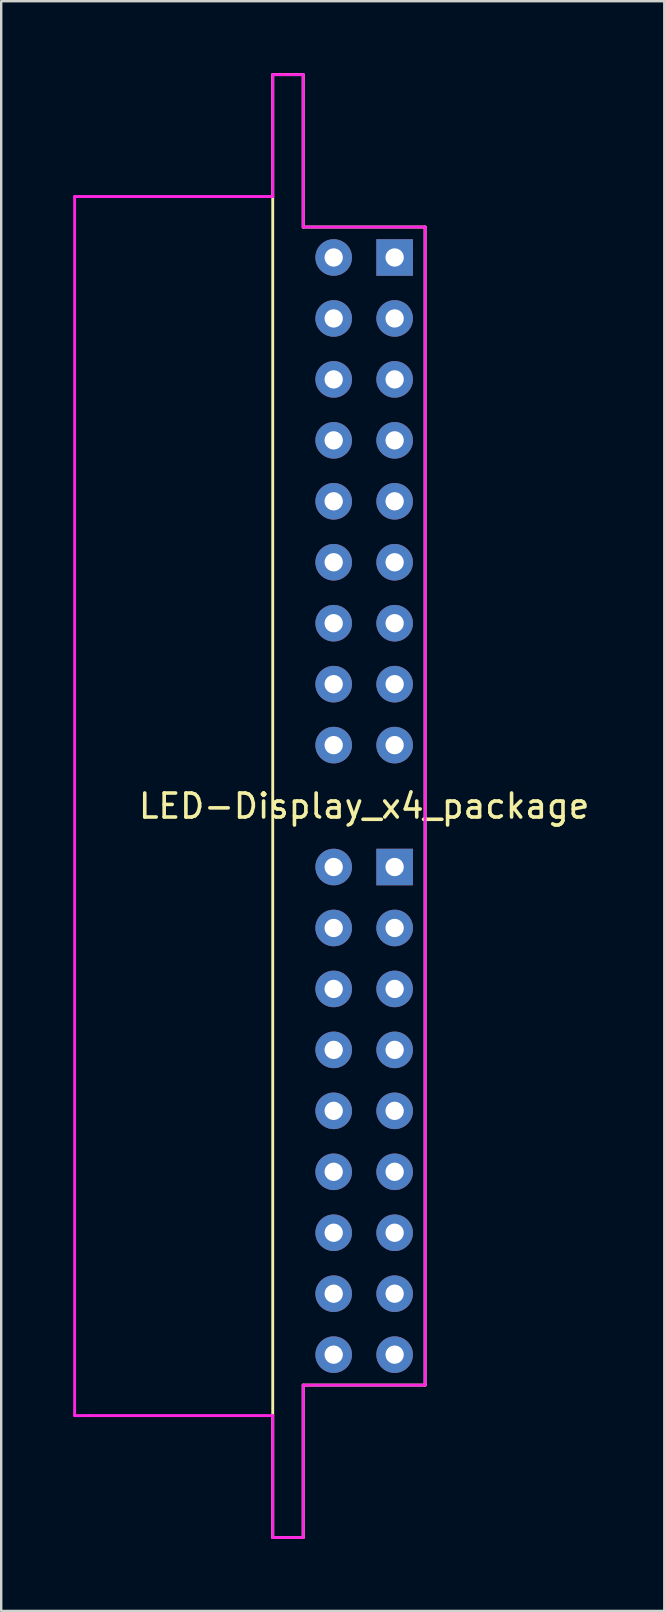
<source format=kicad_pcb>
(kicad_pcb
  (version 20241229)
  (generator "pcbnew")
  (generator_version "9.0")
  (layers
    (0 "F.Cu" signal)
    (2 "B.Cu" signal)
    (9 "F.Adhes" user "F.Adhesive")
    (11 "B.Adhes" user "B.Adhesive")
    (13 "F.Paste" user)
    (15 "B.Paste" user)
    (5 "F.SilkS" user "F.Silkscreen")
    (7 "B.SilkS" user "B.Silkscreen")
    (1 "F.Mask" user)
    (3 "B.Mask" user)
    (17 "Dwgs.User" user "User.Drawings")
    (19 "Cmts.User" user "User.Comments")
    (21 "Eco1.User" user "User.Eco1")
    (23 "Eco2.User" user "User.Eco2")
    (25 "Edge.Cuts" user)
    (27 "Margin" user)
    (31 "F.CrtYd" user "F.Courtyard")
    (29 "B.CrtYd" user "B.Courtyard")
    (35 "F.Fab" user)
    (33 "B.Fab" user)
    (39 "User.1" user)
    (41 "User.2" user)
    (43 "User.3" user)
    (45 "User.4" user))
  (footprint "LED-Display_x4_package"
    (layer "F.Cu")
    (at 13.395 7.68)
    (property "Reference" "LED-Display_x4_package" (at -1.27 22.86 0) (layer "F.SilkS") (effects (font (size 1 1) (thickness 0.15))))
    (attr through_hole)
    (fp_line (start -5.08 -7.62) (end -3.81 -7.62) (stroke (width 0.12) (type solid)) (layer "F.SilkS"))
    (fp_line (start -5.08 -2.54) (end -5.08 -7.62) (stroke (width 0.12) (type solid)) (layer "F.SilkS"))
    (fp_line (start -5.08 48.26) (end -5.08 -2.54) (stroke (width 0.12) (type solid)) (layer "F.SilkS"))
    (fp_line (start -5.08 53.34) (end -5.08 48.26) (stroke (width 0.12) (type solid)) (layer "F.SilkS"))
    (fp_line (start -3.81 -7.62) (end -3.81 -1.27) (stroke (width 0.12) (type solid)) (layer "F.SilkS"))
    (fp_line (start -3.81 -1.27) (end 1.27 -1.27) (stroke (width 0.12) (type solid)) (layer "F.SilkS"))
    (fp_line (start -3.81 46.99) (end -3.81 53.34) (stroke (width 0.12) (type solid)) (layer "F.SilkS"))
    (fp_line (start -3.81 53.34) (end -5.08 53.34) (stroke (width 0.12) (type solid)) (layer "F.SilkS"))
    (fp_line (start 1.27 -1.27) (end 1.27 46.99) (stroke (width 0.12) (type solid)) (layer "F.SilkS"))
    (fp_line (start 1.27 46.99) (end -3.81 46.99) (stroke (width 0.12) (type solid)) (layer "F.SilkS"))
    (fp_line (start -13.335 -2.54) (end -13.335 48.26) (stroke (width 0.12) (type solid)) (layer "F.CrtYd"))
    (fp_line (start -13.335 48.26) (end -12.7 48.26) (stroke (width 0.12) (type solid)) (layer "F.CrtYd"))
    (fp_line (start -12.7 -2.54) (end -13.335 -2.54) (stroke (width 0.12) (type solid)) (layer "F.CrtYd"))
    (fp_line (start -12.7 -2.54) (end -5.08 -2.54) (stroke (width 0.12) (type solid)) (layer "F.CrtYd"))
    (fp_line (start -5.08 -2.54) (end -5.08 -7.62) (stroke (width 0.12) (type solid)) (layer "F.CrtYd"))
    (fp_line (start -5.08 48.26) (end -12.7 48.26) (stroke (width 0.12) (type solid)) (layer "F.CrtYd"))
    (fp_line (start -5.08 53.34) (end -5.08 48.26) (stroke (width 0.12) (type solid)) (layer "F.CrtYd"))
    (fp_line (start -3.81 -7.62) (end -5.08 -7.62) (stroke (width 0.12) (type solid)) (layer "F.CrtYd"))
    (fp_line (start -3.81 -1.27) (end -3.81 -7.62) (stroke (width 0.12) (type solid)) (layer "F.CrtYd"))
    (fp_line (start -3.81 46.99) (end -3.81 53.34) (stroke (width 0.12) (type solid)) (layer "F.CrtYd"))
    (fp_line (start -3.81 53.34) (end -5.08 53.34) (stroke (width 0.12) (type solid)) (layer "F.CrtYd"))
    (fp_line (start 1.27 -1.27) (end -3.81 -1.27) (stroke (width 0.12) (type solid)) (layer "F.CrtYd"))
    (fp_line (start 1.27 -1.27) (end 1.27 46.99) (stroke (width 0.12) (type solid)) (layer "F.CrtYd"))
    (fp_line (start 1.27 46.99) (end -3.81 46.99) (stroke (width 0.12) (type solid)) (layer "F.CrtYd"))
    (pad "1" thru_hole rect (at 0 0) (size 1.524 1.524) (drill 0.762) (layers "*.Cu" "*.Mask"))
    (pad "2" thru_hole circle (at 0 2.54) (size 1.524 1.524) (drill 0.762) (layers "*.Cu" "*.Mask"))
    (pad "3" thru_hole circle (at 0 5.08) (size 1.524 1.524) (drill 0.762) (layers "*.Cu" "*.Mask"))
    (pad "4" thru_hole circle (at 0 7.62) (size 1.524 1.524) (drill 0.762) (layers "*.Cu" "*.Mask"))
    (pad "5" thru_hole circle (at 0 10.16) (size 1.524 1.524) (drill 0.762) (layers "*.Cu" "*.Mask"))
    (pad "6" thru_hole circle (at 0 12.7) (size 1.524 1.524) (drill 0.762) (layers "*.Cu" "*.Mask"))
    (pad "7" thru_hole circle (at 0 15.24) (size 1.524 1.524) (drill 0.762) (layers "*.Cu" "*.Mask"))
    (pad "8" thru_hole circle (at 0 17.78) (size 1.524 1.524) (drill 0.762) (layers "*.Cu" "*.Mask"))
    (pad "9" thru_hole circle (at 0 20.32) (size 1.524 1.524) (drill 0.762) (layers "*.Cu" "*.Mask"))
    (pad "10" thru_hole circle (at -2.54 20.32) (size 1.524 1.524) (drill 0.762) (layers "*.Cu" "*.Mask"))
    (pad "11" thru_hole circle (at -2.54 17.78) (size 1.524 1.524) (drill 0.762) (layers "*.Cu" "*.Mask"))
    (pad "12" thru_hole circle (at -2.54 15.24) (size 1.524 1.524) (drill 0.762) (layers "*.Cu" "*.Mask"))
    (pad "13" thru_hole circle (at -2.54 12.7) (size 1.524 1.524) (drill 0.762) (layers "*.Cu" "*.Mask"))
    (pad "14" thru_hole circle (at -2.54 10.16) (size 1.524 1.524) (drill 0.762) (layers "*.Cu" "*.Mask"))
    (pad "15" thru_hole circle (at -2.54 7.62) (size 1.524 1.524) (drill 0.762) (layers "*.Cu" "*.Mask"))
    (pad "16" thru_hole circle (at -2.54 5.08) (size 1.524 1.524) (drill 0.762) (layers "*.Cu" "*.Mask"))
    (pad "17" thru_hole circle (at -2.54 2.54) (size 1.524 1.524) (drill 0.762) (layers "*.Cu" "*.Mask"))
    (pad "18" thru_hole circle (at -2.54 0) (size 1.524 1.524) (drill 0.762) (layers "*.Cu" "*.Mask"))
    (pad "19" thru_hole rect (at 0 25.4) (size 1.524 1.524) (drill 0.762) (layers "*.Cu" "*.Mask"))
    (pad "20" thru_hole circle (at 0 27.94) (size 1.524 1.524) (drill 0.762) (layers "*.Cu" "*.Mask"))
    (pad "21" thru_hole circle (at 0 30.48) (size 1.524 1.524) (drill 0.762) (layers "*.Cu" "*.Mask"))
    (pad "22" thru_hole circle (at 0 33.02) (size 1.524 1.524) (drill 0.762) (layers "*.Cu" "*.Mask"))
    (pad "23" thru_hole circle (at 0 35.56) (size 1.524 1.524) (drill 0.762) (layers "*.Cu" "*.Mask"))
    (pad "24" thru_hole circle (at 0 38.1) (size 1.524 1.524) (drill 0.762) (layers "*.Cu" "*.Mask"))
    (pad "25" thru_hole circle (at 0 40.64) (size 1.524 1.524) (drill 0.762) (layers "*.Cu" "*.Mask"))
    (pad "26" thru_hole circle (at 0 43.18) (size 1.524 1.524) (drill 0.762) (layers "*.Cu" "*.Mask"))
    (pad "27" thru_hole circle (at 0 45.72) (size 1.524 1.524) (drill 0.762) (layers "*.Cu" "*.Mask"))
    (pad "28" thru_hole circle (at -2.54 45.72) (size 1.524 1.524) (drill 0.762) (layers "*.Cu" "*.Mask"))
    (pad "29" thru_hole circle (at -2.54 43.18) (size 1.524 1.524) (drill 0.762) (layers "*.Cu" "*.Mask"))
    (pad "30" thru_hole circle (at -2.54 40.64) (size 1.524 1.524) (drill 0.762) (layers "*.Cu" "*.Mask"))
    (pad "31" thru_hole circle (at -2.54 38.1) (size 1.524 1.524) (drill 0.762) (layers "*.Cu" "*.Mask"))
    (pad "32" thru_hole circle (at -2.54 35.56) (size 1.524 1.524) (drill 0.762) (layers "*.Cu" "*.Mask"))
    (pad "33" thru_hole circle (at -2.54 33.02) (size 1.524 1.524) (drill 0.762) (layers "*.Cu" "*.Mask"))
    (pad "34" thru_hole circle (at -2.54 30.48) (size 1.524 1.524) (drill 0.762) (layers "*.Cu" "*.Mask"))
    (pad "35" thru_hole circle (at -2.54 27.94) (size 1.524 1.524) (drill 0.762) (layers "*.Cu" "*.Mask"))
    (pad "36" thru_hole circle (at -2.54 25.4) (size 1.524 1.524) (drill 0.762) (layers "*.Cu" "*.Mask")))
  (gr_rect
    (start -3 -3)
    (end 24.631 64.08)
    (stroke (width 0.1) (type default))
    (fill no)
    (layer "Edge.Cuts")))
</source>
